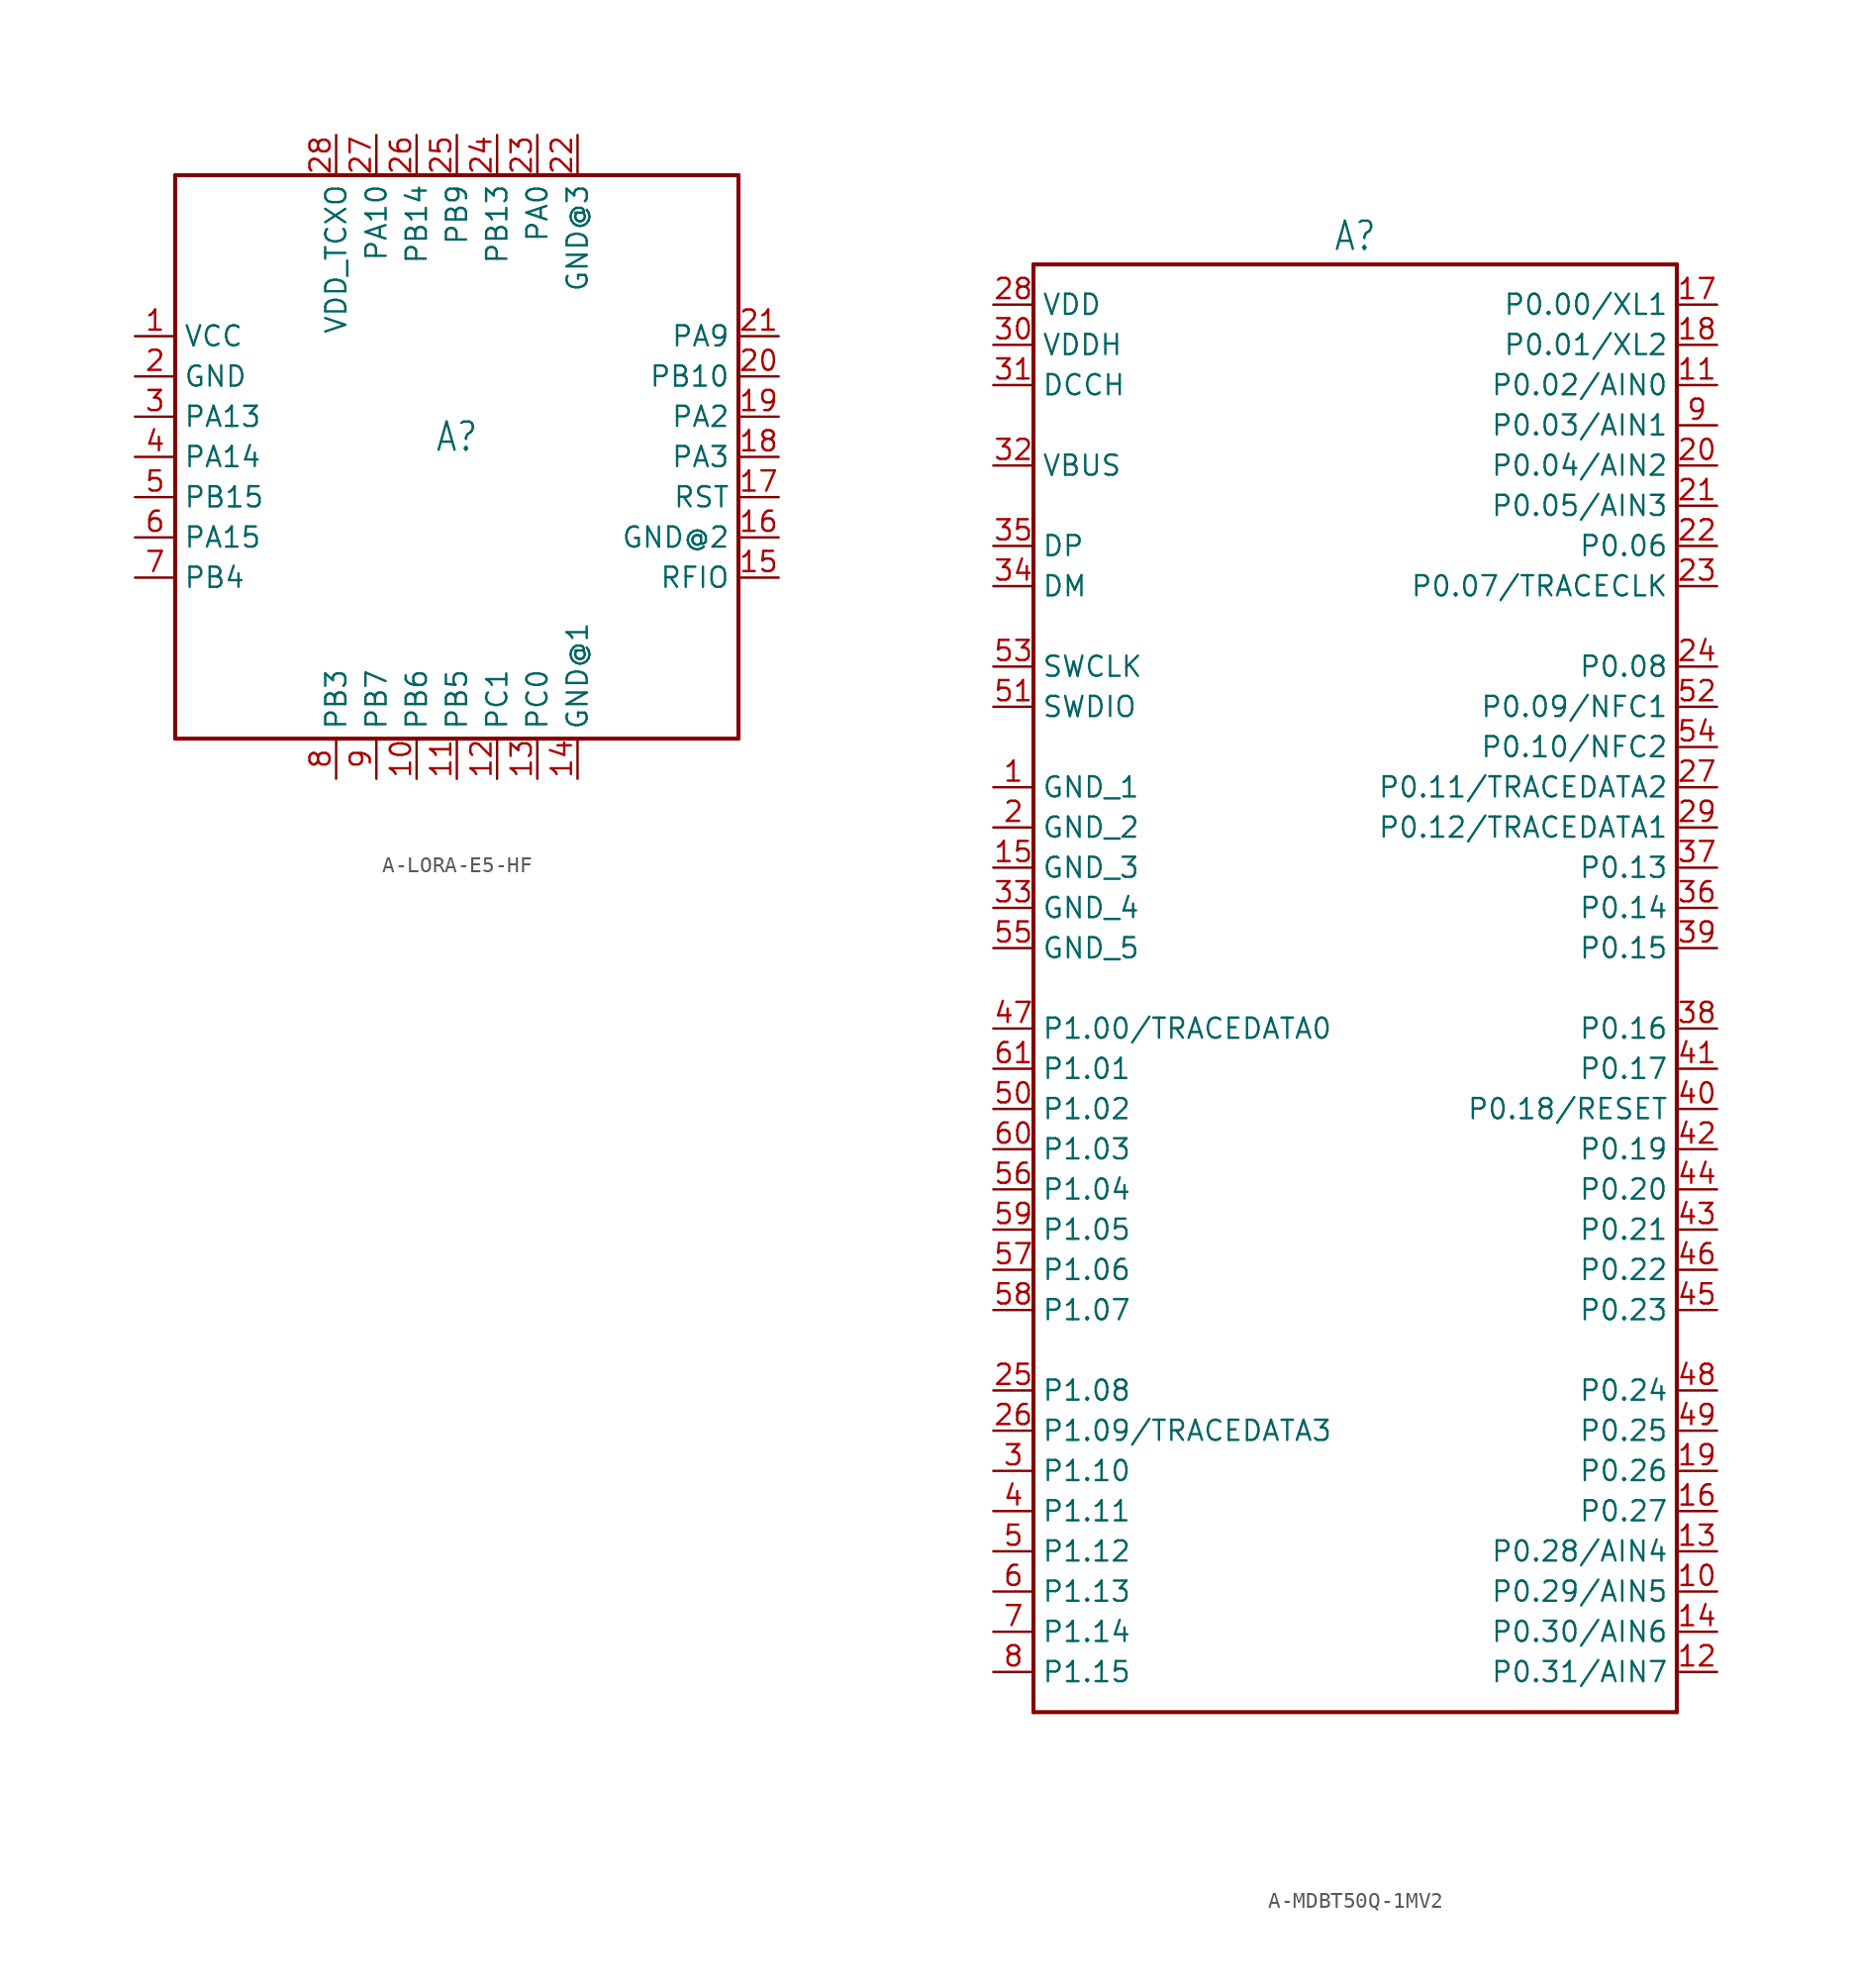
<source format=kicad_sym>
(kicad_symbol_lib
  (version 20231120)
  (generator "kicad_symbol_editor")
  (generator_version "8.0")
  (symbol "A-LORA-E5-HF"
    (property "Reference" "A"
      (at 0 1.27 0)
      (effects (font (size 1.778 1.511))))
    (property "Value" ""
      (at 0 -1.27 0)
      (effects (font (size 1.778 1.511))))
    (property "ki_locked" ""
      (at 0 0 0)
      (effects (font (size 1.27 1.27))))
    (symbol "A-LORA-E5-HF_1_0"
      (polyline (pts (xy -17.78 -17.78) (xy 17.78 -17.78)) (stroke (width 0.254) (type solid)) (fill (type none)))
      (polyline (pts (xy -17.78 17.78) (xy -17.78 -17.78)) (stroke (width 0.254) (type solid)) (fill (type none)))
      (polyline (pts (xy 17.78 -17.78) (xy 17.78 17.78)) (stroke (width 0.254) (type solid)) (fill (type none)))
      (polyline (pts (xy 17.78 17.78) (xy -17.78 17.78)) (stroke (width 0.254) (type solid)) (fill (type none)))
      (pin passive line (at -20.32 7.62 0) (length 2.54) (name "VCC" (effects (font (size 1.27 1.27)))) (number "1" (effects (font (size 1.27 1.27)))))
      (pin passive line (at -2.54 -20.32 90) (length 2.54) (name "PB6" (effects (font (size 1.27 1.27)))) (number "10" (effects (font (size 1.27 1.27)))))
      (pin passive line (at 0 -20.32 90) (length 2.54) (name "PB5" (effects (font (size 1.27 1.27)))) (number "11" (effects (font (size 1.27 1.27)))))
      (pin passive line (at 2.54 -20.32 90) (length 2.54) (name "PC1" (effects (font (size 1.27 1.27)))) (number "12" (effects (font (size 1.27 1.27)))))
      (pin passive line (at 5.08 -20.32 90) (length 2.54) (name "PC0" (effects (font (size 1.27 1.27)))) (number "13" (effects (font (size 1.27 1.27)))))
      (pin passive line (at 7.62 -20.32 90) (length 2.54) (name "GND@1" (effects (font (size 1.27 1.27)))) (number "14" (effects (font (size 1.27 1.27)))))
      (pin passive line (at 20.32 -7.62 180) (length 2.54) (name "RFIO" (effects (font (size 1.27 1.27)))) (number "15" (effects (font (size 1.27 1.27)))))
      (pin passive line (at 20.32 -5.08 180) (length 2.54) (name "GND@2" (effects (font (size 1.27 1.27)))) (number "16" (effects (font (size 1.27 1.27)))))
      (pin passive line (at 20.32 -2.54 180) (length 2.54) (name "RST" (effects (font (size 1.27 1.27)))) (number "17" (effects (font (size 1.27 1.27)))))
      (pin passive line (at 20.32 0 180) (length 2.54) (name "PA3" (effects (font (size 1.27 1.27)))) (number "18" (effects (font (size 1.27 1.27)))))
      (pin passive line (at 20.32 2.54 180) (length 2.54) (name "PA2" (effects (font (size 1.27 1.27)))) (number "19" (effects (font (size 1.27 1.27)))))
      (pin passive line (at -20.32 5.08 0) (length 2.54) (name "GND" (effects (font (size 1.27 1.27)))) (number "2" (effects (font (size 1.27 1.27)))))
      (pin passive line (at 20.32 5.08 180) (length 2.54) (name "PB10" (effects (font (size 1.27 1.27)))) (number "20" (effects (font (size 1.27 1.27)))))
      (pin passive line (at 20.32 7.62 180) (length 2.54) (name "PA9" (effects (font (size 1.27 1.27)))) (number "21" (effects (font (size 1.27 1.27)))))
      (pin passive line (at 7.62 20.32 270) (length 2.54) (name "GND@3" (effects (font (size 1.27 1.27)))) (number "22" (effects (font (size 1.27 1.27)))))
      (pin passive line (at 5.08 20.32 270) (length 2.54) (name "PA0" (effects (font (size 1.27 1.27)))) (number "23" (effects (font (size 1.27 1.27)))))
      (pin passive line (at 2.54 20.32 270) (length 2.54) (name "PB13" (effects (font (size 1.27 1.27)))) (number "24" (effects (font (size 1.27 1.27)))))
      (pin passive line (at 0 20.32 270) (length 2.54) (name "PB9" (effects (font (size 1.27 1.27)))) (number "25" (effects (font (size 1.27 1.27)))))
      (pin passive line (at -2.54 20.32 270) (length 2.54) (name "PB14" (effects (font (size 1.27 1.27)))) (number "26" (effects (font (size 1.27 1.27)))))
      (pin passive line (at -5.08 20.32 270) (length 2.54) (name "PA10" (effects (font (size 1.27 1.27)))) (number "27" (effects (font (size 1.27 1.27)))))
      (pin passive line (at -7.62 20.32 270) (length 2.54) (name "VDD_TCXO" (effects (font (size 1.27 1.27)))) (number "28" (effects (font (size 1.27 1.27)))))
      (pin passive line (at -20.32 2.54 0) (length 2.54) (name "PA13" (effects (font (size 1.27 1.27)))) (number "3" (effects (font (size 1.27 1.27)))))
      (pin passive line (at -20.32 0 0) (length 2.54) (name "PA14" (effects (font (size 1.27 1.27)))) (number "4" (effects (font (size 1.27 1.27)))))
      (pin passive line (at -20.32 -2.54 0) (length 2.54) (name "PB15" (effects (font (size 1.27 1.27)))) (number "5" (effects (font (size 1.27 1.27)))))
      (pin passive line (at -20.32 -5.08 0) (length 2.54) (name "PA15" (effects (font (size 1.27 1.27)))) (number "6" (effects (font (size 1.27 1.27)))))
      (pin passive line (at -20.32 -7.62 0) (length 2.54) (name "PB4" (effects (font (size 1.27 1.27)))) (number "7" (effects (font (size 1.27 1.27)))))
      (pin passive line (at -7.62 -20.32 90) (length 2.54) (name "PB3" (effects (font (size 1.27 1.27)))) (number "8" (effects (font (size 1.27 1.27)))))
      (pin passive line (at -5.08 -20.32 90) (length 2.54) (name "PB7" (effects (font (size 1.27 1.27)))) (number "9" (effects (font (size 1.27 1.27)))))))
  (symbol "A-MDBT50Q-1MV2"
    (property "Reference" "A"
      (at 0 46.482 0)
      (effects (font (size 1.778 1.511)) (justify bottom)))
    (property "Value" ""
      (at 0 -46.482 0)
      (effects (font (size 1.778 1.511)) (justify top)))
    (property "ki_locked" ""
      (at 0 0 0)
      (effects (font (size 1.27 1.27))))
    (symbol "A-MDBT50Q-1MV2_1_0"
      (polyline (pts (xy -20.32 -45.72) (xy 20.32 -45.72)) (stroke (width 0.254) (type solid)) (fill (type none)))
      (polyline (pts (xy -20.32 45.72) (xy -20.32 -45.72)) (stroke (width 0.254) (type solid)) (fill (type none)))
      (polyline (pts (xy 20.32 -45.72) (xy 20.32 45.72)) (stroke (width 0.254) (type solid)) (fill (type none)))
      (polyline (pts (xy 20.32 45.72) (xy -20.32 45.72)) (stroke (width 0.254) (type solid)) (fill (type none)))
      (pin passive line (at -22.86 12.7 0) (length 2.54) (name "GND_1" (effects (font (size 1.27 1.27)))) (number "1" (effects (font (size 1.27 1.27)))))
      (pin passive line (at 22.86 -38.1 180) (length 2.54) (name "P0.29/AIN5" (effects (font (size 1.27 1.27)))) (number "10" (effects (font (size 1.27 1.27)))))
      (pin passive line (at 22.86 38.1 180) (length 2.54) (name "P0.02/AIN0" (effects (font (size 1.27 1.27)))) (number "11" (effects (font (size 1.27 1.27)))))
      (pin passive line (at 22.86 -43.18 180) (length 2.54) (name "P0.31/AIN7" (effects (font (size 1.27 1.27)))) (number "12" (effects (font (size 1.27 1.27)))))
      (pin passive line (at 22.86 -35.56 180) (length 2.54) (name "P0.28/AIN4" (effects (font (size 1.27 1.27)))) (number "13" (effects (font (size 1.27 1.27)))))
      (pin passive line (at 22.86 -40.64 180) (length 2.54) (name "P0.30/AIN6" (effects (font (size 1.27 1.27)))) (number "14" (effects (font (size 1.27 1.27)))))
      (pin passive line (at -22.86 7.62 0) (length 2.54) (name "GND_3" (effects (font (size 1.27 1.27)))) (number "15" (effects (font (size 1.27 1.27)))))
      (pin passive line (at 22.86 -33.02 180) (length 2.54) (name "P0.27" (effects (font (size 1.27 1.27)))) (number "16" (effects (font (size 1.27 1.27)))))
      (pin passive line (at 22.86 43.18 180) (length 2.54) (name "P0.00/XL1" (effects (font (size 1.27 1.27)))) (number "17" (effects (font (size 1.27 1.27)))))
      (pin passive line (at 22.86 40.64 180) (length 2.54) (name "P0.01/XL2" (effects (font (size 1.27 1.27)))) (number "18" (effects (font (size 1.27 1.27)))))
      (pin passive line (at 22.86 -30.48 180) (length 2.54) (name "P0.26" (effects (font (size 1.27 1.27)))) (number "19" (effects (font (size 1.27 1.27)))))
      (pin passive line (at -22.86 10.16 0) (length 2.54) (name "GND_2" (effects (font (size 1.27 1.27)))) (number "2" (effects (font (size 1.27 1.27)))))
      (pin passive line (at 22.86 33.02 180) (length 2.54) (name "P0.04/AIN2" (effects (font (size 1.27 1.27)))) (number "20" (effects (font (size 1.27 1.27)))))
      (pin passive line (at 22.86 30.48 180) (length 2.54) (name "P0.05/AIN3" (effects (font (size 1.27 1.27)))) (number "21" (effects (font (size 1.27 1.27)))))
      (pin passive line (at 22.86 27.94 180) (length 2.54) (name "P0.06" (effects (font (size 1.27 1.27)))) (number "22" (effects (font (size 1.27 1.27)))))
      (pin passive line (at 22.86 25.4 180) (length 2.54) (name "P0.07/TRACECLK" (effects (font (size 1.27 1.27)))) (number "23" (effects (font (size 1.27 1.27)))))
      (pin passive line (at 22.86 20.32 180) (length 2.54) (name "P0.08" (effects (font (size 1.27 1.27)))) (number "24" (effects (font (size 1.27 1.27)))))
      (pin passive line (at -22.86 -25.4 0) (length 2.54) (name "P1.08" (effects (font (size 1.27 1.27)))) (number "25" (effects (font (size 1.27 1.27)))))
      (pin passive line (at -22.86 -27.94 0) (length 2.54) (name "P1.09/TRACEDATA3" (effects (font (size 1.27 1.27)))) (number "26" (effects (font (size 1.27 1.27)))))
      (pin passive line (at 22.86 12.7 180) (length 2.54) (name "P0.11/TRACEDATA2" (effects (font (size 1.27 1.27)))) (number "27" (effects (font (size 1.27 1.27)))))
      (pin passive line (at -22.86 43.18 0) (length 2.54) (name "VDD" (effects (font (size 1.27 1.27)))) (number "28" (effects (font (size 1.27 1.27)))))
      (pin passive line (at 22.86 10.16 180) (length 2.54) (name "P0.12/TRACEDATA1" (effects (font (size 1.27 1.27)))) (number "29" (effects (font (size 1.27 1.27)))))
      (pin passive line (at -22.86 -30.48 0) (length 2.54) (name "P1.10" (effects (font (size 1.27 1.27)))) (number "3" (effects (font (size 1.27 1.27)))))
      (pin passive line (at -22.86 40.64 0) (length 2.54) (name "VDDH" (effects (font (size 1.27 1.27)))) (number "30" (effects (font (size 1.27 1.27)))))
      (pin passive line (at -22.86 38.1 0) (length 2.54) (name "DCCH" (effects (font (size 1.27 1.27)))) (number "31" (effects (font (size 1.27 1.27)))))
      (pin passive line (at -22.86 33.02 0) (length 2.54) (name "VBUS" (effects (font (size 1.27 1.27)))) (number "32" (effects (font (size 1.27 1.27)))))
      (pin passive line (at -22.86 5.08 0) (length 2.54) (name "GND_4" (effects (font (size 1.27 1.27)))) (number "33" (effects (font (size 1.27 1.27)))))
      (pin passive line (at -22.86 25.4 0) (length 2.54) (name "DM" (effects (font (size 1.27 1.27)))) (number "34" (effects (font (size 1.27 1.27)))))
      (pin passive line (at -22.86 27.94 0) (length 2.54) (name "DP" (effects (font (size 1.27 1.27)))) (number "35" (effects (font (size 1.27 1.27)))))
      (pin passive line (at 22.86 5.08 180) (length 2.54) (name "P0.14" (effects (font (size 1.27 1.27)))) (number "36" (effects (font (size 1.27 1.27)))))
      (pin passive line (at 22.86 7.62 180) (length 2.54) (name "P0.13" (effects (font (size 1.27 1.27)))) (number "37" (effects (font (size 1.27 1.27)))))
      (pin passive line (at 22.86 -2.54 180) (length 2.54) (name "P0.16" (effects (font (size 1.27 1.27)))) (number "38" (effects (font (size 1.27 1.27)))))
      (pin passive line (at 22.86 2.54 180) (length 2.54) (name "P0.15" (effects (font (size 1.27 1.27)))) (number "39" (effects (font (size 1.27 1.27)))))
      (pin passive line (at -22.86 -33.02 0) (length 2.54) (name "P1.11" (effects (font (size 1.27 1.27)))) (number "4" (effects (font (size 1.27 1.27)))))
      (pin passive line (at 22.86 -7.62 180) (length 2.54) (name "P0.18/RESET" (effects (font (size 1.27 1.27)))) (number "40" (effects (font (size 1.27 1.27)))))
      (pin passive line (at 22.86 -5.08 180) (length 2.54) (name "P0.17" (effects (font (size 1.27 1.27)))) (number "41" (effects (font (size 1.27 1.27)))))
      (pin passive line (at 22.86 -10.16 180) (length 2.54) (name "P0.19" (effects (font (size 1.27 1.27)))) (number "42" (effects (font (size 1.27 1.27)))))
      (pin passive line (at 22.86 -15.24 180) (length 2.54) (name "P0.21" (effects (font (size 1.27 1.27)))) (number "43" (effects (font (size 1.27 1.27)))))
      (pin passive line (at 22.86 -12.7 180) (length 2.54) (name "P0.20" (effects (font (size 1.27 1.27)))) (number "44" (effects (font (size 1.27 1.27)))))
      (pin passive line (at 22.86 -20.32 180) (length 2.54) (name "P0.23" (effects (font (size 1.27 1.27)))) (number "45" (effects (font (size 1.27 1.27)))))
      (pin passive line (at 22.86 -17.78 180) (length 2.54) (name "P0.22" (effects (font (size 1.27 1.27)))) (number "46" (effects (font (size 1.27 1.27)))))
      (pin passive line (at -22.86 -2.54 0) (length 2.54) (name "P1.00/TRACEDATA0" (effects (font (size 1.27 1.27)))) (number "47" (effects (font (size 1.27 1.27)))))
      (pin passive line (at 22.86 -25.4 180) (length 2.54) (name "P0.24" (effects (font (size 1.27 1.27)))) (number "48" (effects (font (size 1.27 1.27)))))
      (pin passive line (at 22.86 -27.94 180) (length 2.54) (name "P0.25" (effects (font (size 1.27 1.27)))) (number "49" (effects (font (size 1.27 1.27)))))
      (pin passive line (at -22.86 -35.56 0) (length 2.54) (name "P1.12" (effects (font (size 1.27 1.27)))) (number "5" (effects (font (size 1.27 1.27)))))
      (pin passive line (at -22.86 -7.62 0) (length 2.54) (name "P1.02" (effects (font (size 1.27 1.27)))) (number "50" (effects (font (size 1.27 1.27)))))
      (pin passive line (at -22.86 17.78 0) (length 2.54) (name "SWDIO" (effects (font (size 1.27 1.27)))) (number "51" (effects (font (size 1.27 1.27)))))
      (pin passive line (at 22.86 17.78 180) (length 2.54) (name "P0.09/NFC1" (effects (font (size 1.27 1.27)))) (number "52" (effects (font (size 1.27 1.27)))))
      (pin passive line (at -22.86 20.32 0) (length 2.54) (name "SWCLK" (effects (font (size 1.27 1.27)))) (number "53" (effects (font (size 1.27 1.27)))))
      (pin passive line (at 22.86 15.24 180) (length 2.54) (name "P0.10/NFC2" (effects (font (size 1.27 1.27)))) (number "54" (effects (font (size 1.27 1.27)))))
      (pin passive line (at -22.86 2.54 0) (length 2.54) (name "GND_5" (effects (font (size 1.27 1.27)))) (number "55" (effects (font (size 1.27 1.27)))))
      (pin passive line (at -22.86 -12.7 0) (length 2.54) (name "P1.04" (effects (font (size 1.27 1.27)))) (number "56" (effects (font (size 1.27 1.27)))))
      (pin passive line (at -22.86 -17.78 0) (length 2.54) (name "P1.06" (effects (font (size 1.27 1.27)))) (number "57" (effects (font (size 1.27 1.27)))))
      (pin passive line (at -22.86 -20.32 0) (length 2.54) (name "P1.07" (effects (font (size 1.27 1.27)))) (number "58" (effects (font (size 1.27 1.27)))))
      (pin passive line (at -22.86 -15.24 0) (length 2.54) (name "P1.05" (effects (font (size 1.27 1.27)))) (number "59" (effects (font (size 1.27 1.27)))))
      (pin passive line (at -22.86 -38.1 0) (length 2.54) (name "P1.13" (effects (font (size 1.27 1.27)))) (number "6" (effects (font (size 1.27 1.27)))))
      (pin passive line (at -22.86 -10.16 0) (length 2.54) (name "P1.03" (effects (font (size 1.27 1.27)))) (number "60" (effects (font (size 1.27 1.27)))))
      (pin passive line (at -22.86 -5.08 0) (length 2.54) (name "P1.01" (effects (font (size 1.27 1.27)))) (number "61" (effects (font (size 1.27 1.27)))))
      (pin passive line (at -22.86 -40.64 0) (length 2.54) (name "P1.14" (effects (font (size 1.27 1.27)))) (number "7" (effects (font (size 1.27 1.27)))))
      (pin passive line (at -22.86 -43.18 0) (length 2.54) (name "P1.15" (effects (font (size 1.27 1.27)))) (number "8" (effects (font (size 1.27 1.27)))))
      (pin passive line (at 22.86 35.56 180) (length 2.54) (name "P0.03/AIN1" (effects (font (size 1.27 1.27)))) (number "9" (effects (font (size 1.27 1.27))))))))
</source>
